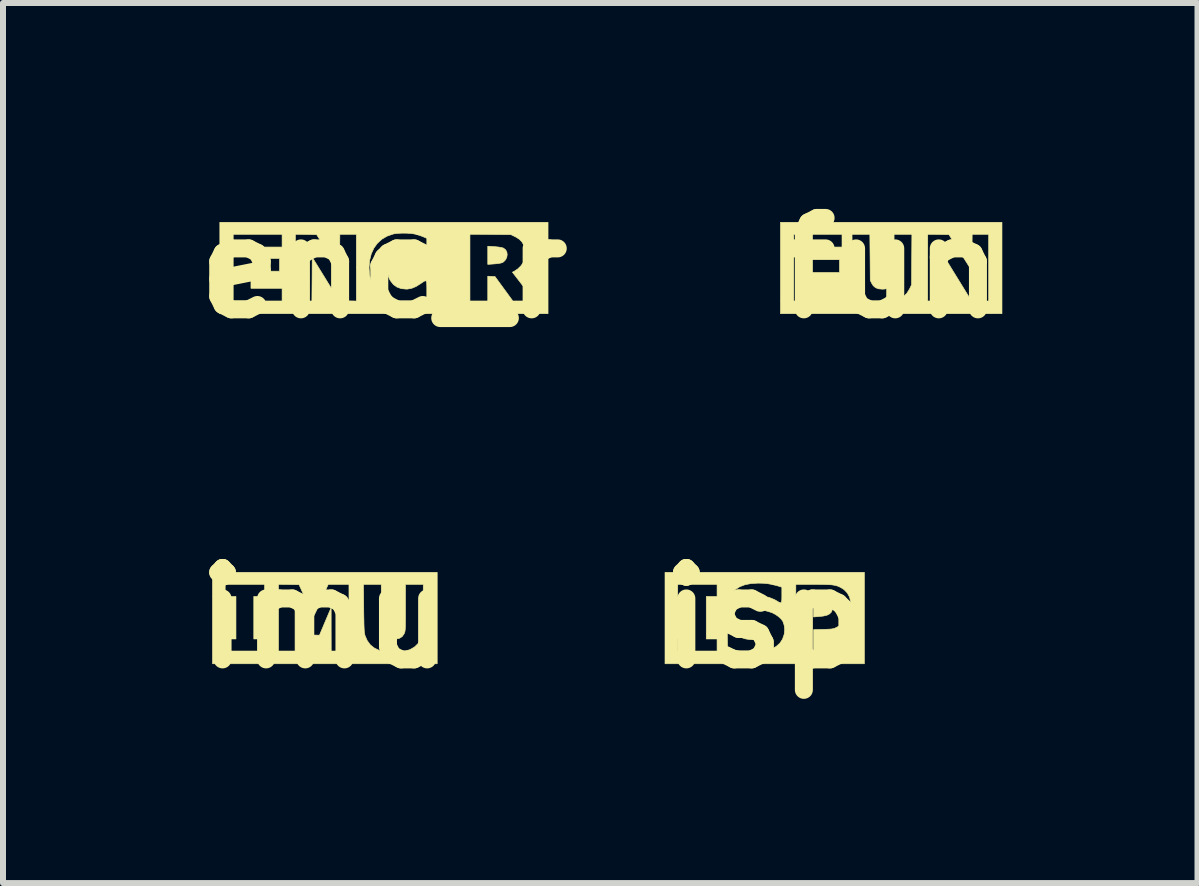
<source format=kicad_pcb>
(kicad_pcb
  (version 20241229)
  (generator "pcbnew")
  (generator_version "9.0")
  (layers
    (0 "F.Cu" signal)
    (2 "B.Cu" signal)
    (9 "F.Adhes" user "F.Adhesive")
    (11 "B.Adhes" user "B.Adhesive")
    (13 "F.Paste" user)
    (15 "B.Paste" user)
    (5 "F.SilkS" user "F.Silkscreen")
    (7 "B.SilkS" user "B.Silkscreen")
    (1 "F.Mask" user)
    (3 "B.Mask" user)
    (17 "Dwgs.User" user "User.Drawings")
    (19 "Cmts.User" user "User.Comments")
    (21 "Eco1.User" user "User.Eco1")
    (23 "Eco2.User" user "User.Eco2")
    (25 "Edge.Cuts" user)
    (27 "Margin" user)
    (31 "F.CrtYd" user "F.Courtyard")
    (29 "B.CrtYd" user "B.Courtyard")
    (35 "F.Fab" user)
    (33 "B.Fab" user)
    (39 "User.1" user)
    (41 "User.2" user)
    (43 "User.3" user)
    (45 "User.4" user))
  (footprint "isp"
    (layer "F.Cu")
    (at 9.699 7.254)
    (property "Reference" "isp" (at 0 0 0) (layer "F.SilkS") (effects (font (size 1.524 1.524) (thickness 0.3))))
    (attr through_hole)
    (fp_poly (pts (xy 0.918 -0.345) (xy 0.993 -0.336) (xy 1.05 -0.322) (xy 1.09 -0.302) (xy 1.116 -0.273) (xy 1.129 -0.235) (xy 1.132 -0.194) (xy 1.128 -0.141) (xy 1.111 -0.099) (xy 1.082 -0.069) (xy 1.038 -0.047) (xy 0.977 -0.033) (xy 0.913 -0.026) (xy 0.815 -0.018) (xy 0.815 -0.352) (xy 0.918 -0.345)) (stroke (width 0.01) (type solid)) (fill yes) (layer "F.SilkS"))
    (fp_poly (pts (xy 1.662 0.762) (xy -1.662 0.762) (xy -1.662 -0.561) (xy -1.45 -0.561) (xy -1.45 -0.36) (xy -1.27 -0.36) (xy -1.27 0.349) (xy -1.45 0.349) (xy -1.45 0.55) (xy -0.794 0.55) (xy -0.794 0.349) (xy -0.974 0.349) (xy -0.974 0.301) (xy -0.623 0.301) (xy -0.622 0.356) (xy -0.622 0.357) (xy -0.619 0.492) (xy -0.553 0.516) (xy -0.472 0.541) (xy -0.391 0.558) (xy -0.304 0.567) (xy -0.205 0.571) (xy -0.133 0.57) (xy -0.075 0.566) (xy -0.025 0.56) (xy 0.013 0.551) (xy 0.015 0.55) (xy 0.519 0.55) (xy 0.815 0.55) (xy 0.815 0.193) (xy 0.977 0.189) (xy 1.039 0.187) (xy 1.085 0.185) (xy 1.118 0.182) (xy 1.144 0.177) (xy 1.167 0.17) (xy 1.192 0.159) (xy 1.207 0.151) (xy 1.29 0.102) (xy 1.353 0.043) (xy 1.399 -0.025) (xy 1.427 -0.104) (xy 1.437 -0.179) (xy 1.434 -0.271) (xy 1.414 -0.351) (xy 1.377 -0.418) (xy 1.324 -0.473) (xy 1.283 -0.5) (xy 1.252 -0.517) (xy 1.223 -0.53) (xy 1.192 -0.54) (xy 1.156 -0.548) (xy 1.114 -0.554) (xy 1.062 -0.557) (xy 0.998 -0.559) (xy 0.918 -0.56) (xy 0.819 -0.561) (xy 0.818 -0.561) (xy 0.519 -0.561) (xy 0.519 0.55) (xy 0.015 0.55) (xy 0.111 0.518) (xy 0.191 0.474) (xy 0.253 0.419) (xy 0.297 0.353) (xy 0.324 0.275) (xy 0.327 0.259) (xy 0.333 0.187) (xy 0.324 0.117) (xy 0.303 0.056) (xy 0.302 0.054) (xy 0.275 0.017) (xy 0.233 -0.022) (xy 0.182 -0.058) (xy 0.129 -0.086) (xy 0.124 -0.088) (xy 0.089 -0.1) (xy 0.039 -0.115) (xy -0.02 -0.13) (xy -0.08 -0.145) (xy -0.089 -0.147) (xy -0.162 -0.164) (xy -0.216 -0.179) (xy -0.254 -0.193) (xy -0.28 -0.208) (xy -0.295 -0.224) (xy -0.303 -0.244) (xy -0.305 -0.258) (xy -0.3 -0.301) (xy -0.277 -0.333) (xy -0.236 -0.356) (xy -0.177 -0.369) (xy -0.1 -0.373) (xy -0.012 -0.364) (xy 0.078 -0.342) (xy 0.162 -0.308) (xy 0.202 -0.285) (xy 0.235 -0.265) (xy 0.257 -0.255) (xy 0.272 -0.256) (xy 0.281 -0.272) (xy 0.285 -0.304) (xy 0.286 -0.354) (xy 0.286 -0.385) (xy 0.286 -0.515) (xy 0.209 -0.538) (xy 0.126 -0.559) (xy 0.051 -0.573) (xy -0.027 -0.58) (xy -0.11 -0.582) (xy -0.228 -0.575) (xy -0.329 -0.555) (xy -0.416 -0.522) (xy -0.49 -0.474) (xy -0.534 -0.432) (xy -0.579 -0.367) (xy -0.606 -0.294) (xy -0.614 -0.217) (xy -0.602 -0.139) (xy -0.579 -0.078) (xy -0.551 -0.033) (xy -0.516 0.005) (xy -0.47 0.038) (xy -0.412 0.067) (xy -0.339 0.093) (xy -0.249 0.118) (xy -0.184 0.132) (xy -0.134 0.144) (xy -0.089 0.155) (xy -0.056 0.165) (xy -0.039 0.171) (xy 0.004 0.201) (xy 0.027 0.235) (xy 0.031 0.27) (xy 0.014 0.305) (xy -0.021 0.335) (xy -0.038 0.344) (xy -0.073 0.354) (xy -0.124 0.36) (xy -0.182 0.361) (xy -0.243 0.359) (xy -0.3 0.351) (xy -0.331 0.345) (xy -0.383 0.327) (xy -0.442 0.302) (xy -0.5 0.273) (xy -0.547 0.245) (xy -0.552 0.242) (xy -0.579 0.228) (xy -0.603 0.222) (xy -0.612 0.223) (xy -0.618 0.228) (xy -0.622 0.24) (xy -0.623 0.263) (xy -0.623 0.301) (xy -0.974 0.301) (xy -0.974 -0.36) (xy -0.794 -0.36) (xy -0.794 -0.561) (xy -1.45 -0.561) (xy -1.662 -0.561) (xy -1.662 -0.762) (xy 1.662 -0.762) (xy 1.662 0.762)) (stroke (width 0.01) (type solid)) (fill yes) (layer "F.SilkS")))
  (footprint "fun"
    (layer "F.Cu")
    (at 11.803 1.418)
    (property "Reference" "fun" (at 0 0 0) (layer "F.SilkS") (effects (font (size 1.524 1.524) (thickness 0.3))))
    (attr through_hole)
    (fp_poly (pts (xy 1.852 0.762) (xy -1.841 0.762) (xy -1.841 -0.561) (xy -1.619 -0.561) (xy -1.619 0.55) (xy -1.323 0.55) (xy -1.323 0.074) (xy -0.857 0.074) (xy -0.857 -0.138) (xy -1.323 -0.138) (xy -1.323 -0.349) (xy -0.815 -0.349) (xy -0.815 -0.561) (xy -0.648 -0.561) (xy -0.643 -0.161) (xy -0.642 -0.056) (xy -0.64 0.031) (xy -0.639 0.101) (xy -0.637 0.157) (xy -0.635 0.2) (xy -0.632 0.233) (xy -0.629 0.259) (xy -0.624 0.28) (xy -0.62 0.295) (xy -0.583 0.379) (xy -0.532 0.447) (xy -0.466 0.5) (xy -0.384 0.539) (xy -0.331 0.555) (xy -0.279 0.564) (xy -0.214 0.569) (xy -0.142 0.57) (xy -0.07 0.568) (xy -0.005 0.563) (xy 0.041 0.555) (xy 0.056 0.55) (xy 0.614 0.55) (xy 0.889 0.55) (xy 0.892 0.185) (xy 0.894 -0.18) (xy 1.118 0.183) (xy 1.341 0.545) (xy 1.485 0.548) (xy 1.63 0.551) (xy 1.63 -0.561) (xy 1.355 -0.561) (xy 1.349 0.046) (xy 1.159 -0.255) (xy 0.968 -0.556) (xy 0.791 -0.559) (xy 0.614 -0.561) (xy 0.614 0.55) (xy 0.056 0.55) (xy 0.131 0.525) (xy 0.206 0.481) (xy 0.266 0.422) (xy 0.313 0.347) (xy 0.316 0.34) (xy 0.344 0.28) (xy 0.347 -0.14) (xy 0.35 -0.561) (xy 0.053 -0.561) (xy 0.053 -0.172) (xy 0.053 -0.07) (xy 0.053 0.012) (xy 0.052 0.077) (xy 0.051 0.129) (xy 0.05 0.168) (xy 0.048 0.197) (xy 0.045 0.219) (xy 0.042 0.235) (xy 0.037 0.248) (xy 0.031 0.261) (xy 0.029 0.265) (xy -0.002 0.309) (xy -0.046 0.337) (xy -0.103 0.351) (xy -0.143 0.353) (xy -0.208 0.347) (xy -0.257 0.328) (xy -0.295 0.295) (xy -0.318 0.259) (xy -0.344 0.206) (xy -0.347 -0.177) (xy -0.351 -0.561) (xy -0.648 -0.561) (xy -0.815 -0.561) (xy -1.619 -0.561) (xy -1.841 -0.561) (xy -1.841 -0.762) (xy 1.852 -0.762) (xy 1.852 0.762)) (stroke (width 0.01) (type solid)) (fill yes) (layer "F.SilkS")))
  (footprint "enc_r"
    (layer "F.Cu")
    (at 3.346 1.418)
    (property "Reference" "enc_r" (at 0 0 0) (layer "F.SilkS") (effects (font (size 1.524 1.524) (thickness 0.3))))
    (attr through_hole)
    (fp_poly (pts (xy 1.848 -0.356) (xy 1.911 -0.35) (xy 1.962 -0.342) (xy 1.996 -0.332) (xy 1.997 -0.332) (xy 2.033 -0.304) (xy 2.054 -0.267) (xy 2.06 -0.223) (xy 2.053 -0.178) (xy 2.032 -0.136) (xy 1.998 -0.101) (xy 1.98 -0.09) (xy 1.957 -0.083) (xy 1.919 -0.076) (xy 1.872 -0.07) (xy 1.843 -0.068) (xy 1.736 -0.06) (xy 1.736 -0.363) (xy 1.848 -0.356)) (stroke (width 0.01) (type solid)) (fill yes) (layer "F.SilkS"))
    (fp_poly (pts (xy 2.741 0.762) (xy -2.731 0.762) (xy -2.731 -0.561) (xy -2.508 -0.561) (xy -2.508 0.55) (xy -1.693 0.55) (xy -1.471 0.55) (xy -1.196 0.55) (xy -1.193 0.185) (xy -1.191 -0.18) (xy -0.967 0.183) (xy -0.744 0.545) (xy -0.6 0.548) (xy -0.455 0.551) (xy -0.455 0) (xy -0.243 0) (xy -0.234 0.118) (xy -0.209 0.225) (xy -0.168 0.319) (xy -0.111 0.4) (xy -0.038 0.466) (xy 0.048 0.518) (xy 0.148 0.555) (xy 0.197 0.563) (xy 0.26 0.569) (xy 0.33 0.571) (xy 0.4 0.569) (xy 0.463 0.564) (xy 0.513 0.556) (xy 0.514 0.555) (xy 0.531 0.55) (xy 1.439 0.55) (xy 1.736 0.55) (xy 1.736 0.137) (xy 1.857 0.143) (xy 2.005 0.346) (xy 2.154 0.55) (xy 2.331 0.55) (xy 2.39 0.55) (xy 2.44 0.549) (xy 2.479 0.548) (xy 2.502 0.546) (xy 2.508 0.545) (xy 2.502 0.535) (xy 2.485 0.511) (xy 2.457 0.475) (xy 2.422 0.428) (xy 2.381 0.374) (xy 2.334 0.313) (xy 2.328 0.305) (xy 2.147 0.07) (xy 2.177 0.055) (xy 2.239 0.013) (xy 2.293 -0.041) (xy 2.323 -0.086) (xy 2.339 -0.12) (xy 2.349 -0.152) (xy 2.355 -0.191) (xy 2.358 -0.235) (xy 2.36 -0.283) (xy 2.358 -0.316) (xy 2.353 -0.343) (xy 2.341 -0.371) (xy 2.334 -0.386) (xy 2.303 -0.438) (xy 2.262 -0.479) (xy 2.208 -0.514) (xy 2.18 -0.528) (xy 2.122 -0.556) (xy 1.781 -0.559) (xy 1.439 -0.562) (xy 1.439 0.55) (xy 0.531 0.55) (xy 0.558 0.542) (xy 0.609 0.525) (xy 0.648 0.51) (xy 0.72 0.482) (xy 0.72 0.347) (xy 0.719 0.286) (xy 0.717 0.245) (xy 0.711 0.221) (xy 0.699 0.213) (xy 0.678 0.22) (xy 0.648 0.239) (xy 0.618 0.26) (xy 0.54 0.309) (xy 0.467 0.339) (xy 0.394 0.352) (xy 0.376 0.352) (xy 0.293 0.344) (xy 0.222 0.318) (xy 0.162 0.275) (xy 0.114 0.214) (xy 0.096 0.181) (xy 0.084 0.153) (xy 0.076 0.128) (xy 0.072 0.099) (xy 0.07 0.062) (xy 0.069 0.01) (xy 0.069 -0.005) (xy 0.069 -0.062) (xy 0.071 -0.104) (xy 0.076 -0.135) (xy 0.083 -0.161) (xy 0.094 -0.188) (xy 0.094 -0.188) (xy 0.122 -0.234) (xy 0.159 -0.279) (xy 0.17 -0.29) (xy 0.234 -0.333) (xy 0.304 -0.358) (xy 0.379 -0.363) (xy 0.459 -0.349) (xy 0.54 -0.317) (xy 0.621 -0.265) (xy 0.627 -0.261) (xy 0.658 -0.24) (xy 0.685 -0.226) (xy 0.699 -0.222) (xy 0.707 -0.223) (xy 0.713 -0.229) (xy 0.717 -0.243) (xy 0.719 -0.268) (xy 0.72 -0.309) (xy 0.72 -0.359) (xy 0.72 -0.495) (xy 0.654 -0.523) (xy 0.605 -0.541) (xy 0.551 -0.558) (xy 0.519 -0.566) (xy 0.46 -0.575) (xy 0.39 -0.58) (xy 0.316 -0.581) (xy 0.244 -0.578) (xy 0.181 -0.571) (xy 0.155 -0.565) (xy 0.055 -0.53) (xy -0.032 -0.478) (xy -0.105 -0.411) (xy -0.163 -0.33) (xy -0.206 -0.236) (xy -0.233 -0.129) (xy -0.243 -0.012) (xy -0.243 0) (xy -0.455 0) (xy -0.455 -0.561) (xy -0.73 -0.561) (xy -0.736 0.046) (xy -0.926 -0.255) (xy -1.117 -0.556) (xy -1.294 -0.559) (xy -1.471 -0.561) (xy -1.471 0.55) (xy -1.693 0.55) (xy -1.693 0.339) (xy -2.212 0.339) (xy -2.212 0.053) (xy -1.736 0.053) (xy -1.736 -0.159) (xy -2.212 -0.159) (xy -2.212 -0.349) (xy -1.693 -0.349) (xy -1.693 -0.561) (xy -2.508 -0.561) (xy -2.731 -0.561) (xy -2.731 -0.762) (xy 2.741 -0.762) (xy 2.741 0.762)) (stroke (width 0.01) (type solid)) (fill yes) (layer "F.SilkS")))
  (footprint "imu"
    (layer "F.Cu")
    (at 2.366 7.254)
    (property "Reference" "imu" (at 0 0 0) (layer "F.SilkS") (effects (font (size 1.524 1.524) (thickness 0.3))))
    (attr through_hole)
    (fp_poly (pts (xy 1.873 0.762) (xy -1.873 0.762) (xy -1.873 -0.561) (xy -1.662 -0.561) (xy -1.662 -0.36) (xy -1.482 -0.36) (xy -1.482 0.349) (xy -1.662 0.349) (xy -1.662 0.55) (xy -1.005 0.55) (xy -0.773 0.55) (xy -0.497 0.55) (xy -0.497 0.188) (xy -0.497 -0.175) (xy -0.399 0.053) (xy -0.301 0.28) (xy -0.09 0.286) (xy 0.007 0.056) (xy 0.105 -0.175) (xy 0.105 0.188) (xy 0.106 0.55) (xy 0.402 0.55) (xy 0.402 -0.561) (xy 0.644 -0.561) (xy 0.648 -0.161) (xy 0.649 -0.056) (xy 0.651 0.031) (xy 0.652 0.101) (xy 0.654 0.157) (xy 0.656 0.2) (xy 0.659 0.233) (xy 0.663 0.259) (xy 0.667 0.28) (xy 0.671 0.295) (xy 0.708 0.379) (xy 0.759 0.447) (xy 0.825 0.5) (xy 0.907 0.539) (xy 0.961 0.555) (xy 1.012 0.564) (xy 1.077 0.569) (xy 1.149 0.57) (xy 1.221 0.568) (xy 1.286 0.563) (xy 1.333 0.555) (xy 1.422 0.525) (xy 1.497 0.481) (xy 1.557 0.422) (xy 1.604 0.347) (xy 1.607 0.34) (xy 1.635 0.28) (xy 1.638 -0.14) (xy 1.641 -0.561) (xy 1.344 -0.561) (xy 1.344 -0.172) (xy 1.344 -0.07) (xy 1.344 0.012) (xy 1.343 0.077) (xy 1.343 0.129) (xy 1.341 0.168) (xy 1.339 0.197) (xy 1.336 0.219) (xy 1.333 0.235) (xy 1.328 0.248) (xy 1.322 0.261) (xy 1.32 0.265) (xy 1.289 0.309) (xy 1.245 0.337) (xy 1.188 0.351) (xy 1.148 0.353) (xy 1.084 0.347) (xy 1.034 0.328) (xy 0.996 0.295) (xy 0.974 0.259) (xy 0.947 0.206) (xy 0.944 -0.177) (xy 0.94 -0.561) (xy 0.644 -0.561) (xy 0.402 -0.561) (xy 0.056 -0.561) (xy -0.064 -0.292) (xy -0.096 -0.222) (xy -0.124 -0.159) (xy -0.149 -0.106) (xy -0.169 -0.065) (xy -0.183 -0.038) (xy -0.189 -0.027) (xy -0.189 -0.027) (xy -0.195 -0.038) (xy -0.208 -0.065) (xy -0.227 -0.107) (xy -0.251 -0.16) (xy -0.28 -0.222) (xy -0.311 -0.291) (xy -0.312 -0.294) (xy -0.43 -0.556) (xy -0.601 -0.559) (xy -0.773 -0.561) (xy -0.773 0.55) (xy -1.005 0.55) (xy -1.005 0.349) (xy -1.185 0.349) (xy -1.185 -0.36) (xy -1.005 -0.36) (xy -1.005 -0.561) (xy -1.662 -0.561) (xy -1.873 -0.561) (xy -1.873 -0.762) (xy 1.873 -0.762) (xy 1.873 0.762)) (stroke (width 0.01) (type solid)) (fill yes) (layer "F.SilkS")))
  (gr_rect
    (start -3 -3)
    (end 16.915 11.672)
    (stroke (width 0.1) (type default))
    (fill no)
    (layer "Edge.Cuts")))
</source>
